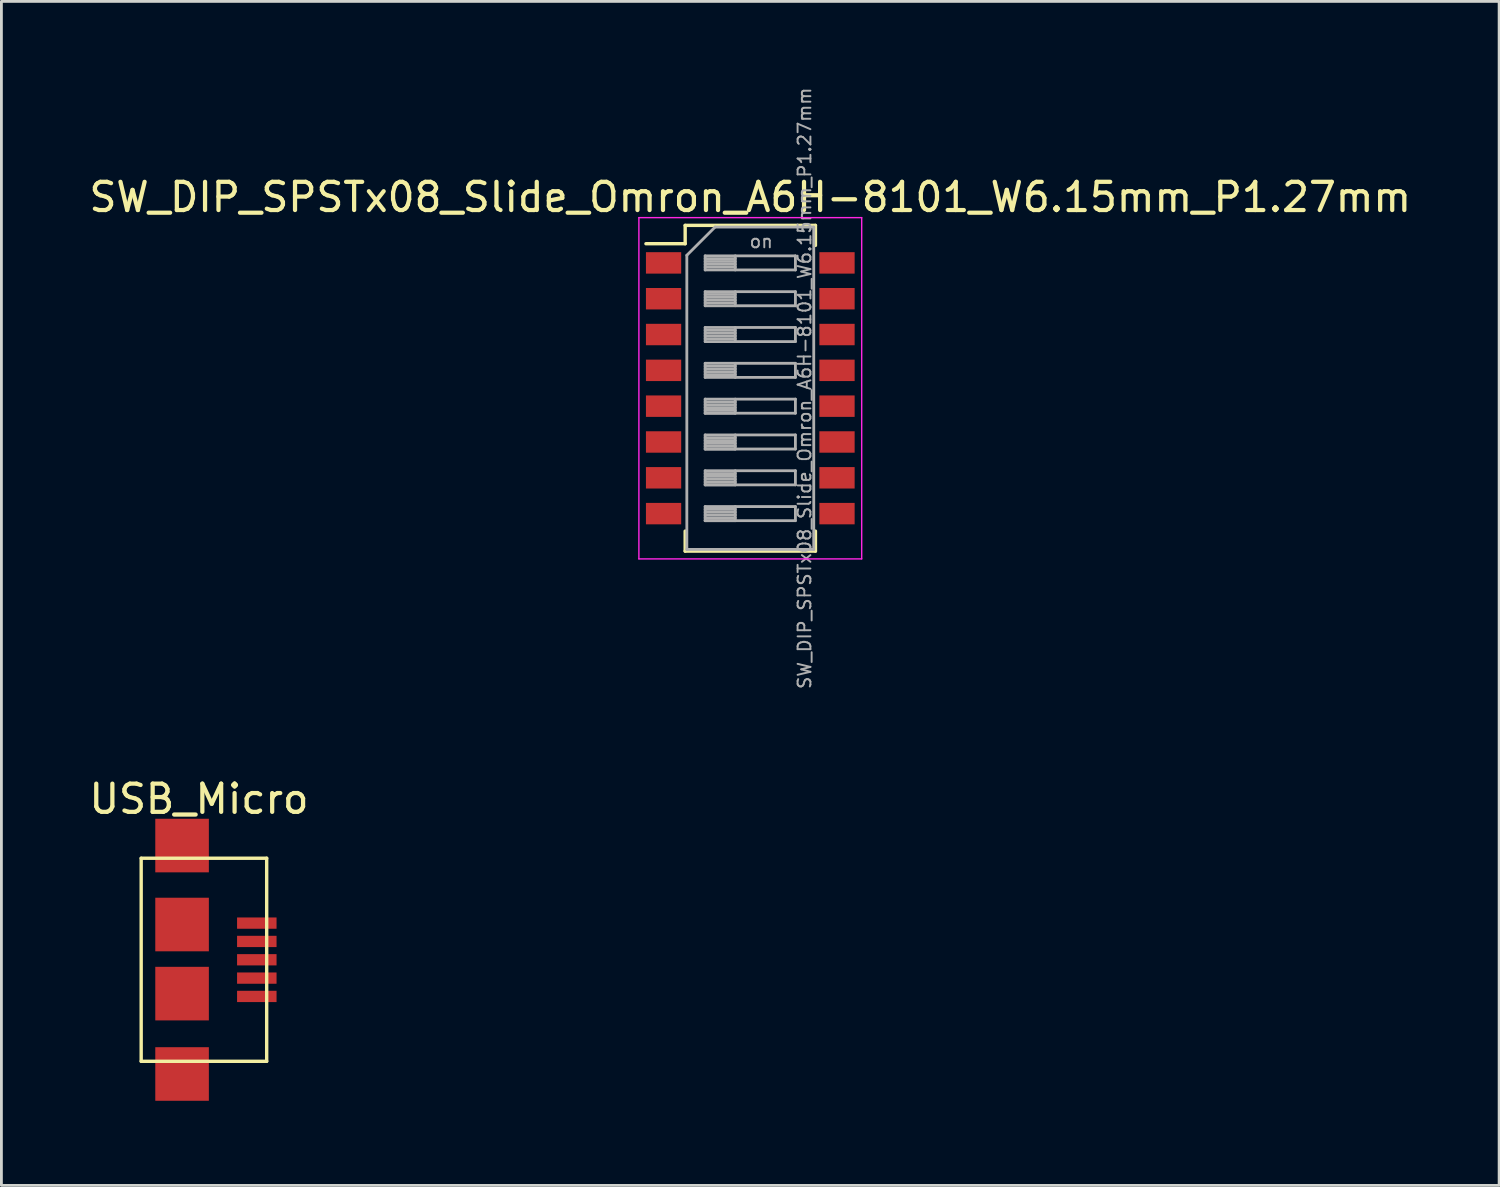
<source format=kicad_pcb>
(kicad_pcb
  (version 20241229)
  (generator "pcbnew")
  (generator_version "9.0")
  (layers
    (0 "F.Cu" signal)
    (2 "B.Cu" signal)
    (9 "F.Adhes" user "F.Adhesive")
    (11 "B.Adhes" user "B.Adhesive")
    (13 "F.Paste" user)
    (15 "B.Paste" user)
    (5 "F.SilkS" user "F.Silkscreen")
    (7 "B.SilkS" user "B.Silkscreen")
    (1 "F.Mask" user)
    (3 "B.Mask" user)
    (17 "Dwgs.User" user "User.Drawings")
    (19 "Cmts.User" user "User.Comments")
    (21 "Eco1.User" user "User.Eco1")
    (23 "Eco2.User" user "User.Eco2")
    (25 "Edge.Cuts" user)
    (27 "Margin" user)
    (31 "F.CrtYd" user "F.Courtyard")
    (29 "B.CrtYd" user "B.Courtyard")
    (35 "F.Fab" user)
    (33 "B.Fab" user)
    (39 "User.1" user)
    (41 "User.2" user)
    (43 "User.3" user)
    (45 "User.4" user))
  (footprint "SW_DIP_SPSTx08_Slide_Omron_A6H-8101_W6.15mm_P1.27mm"
    (layer "F.Cu")
    (at 23.554 10.717)
    (property "Reference" "SW_DIP_SPSTx08_Slide_Omron_A6H-8101_W6.15mm_P1.27mm" (at 0 -6.775 0) (layer "F.SilkS") (effects (font (size 1 1) (thickness 0.15))))
    (attr smd)
    (fp_line (start -3.7 -5.125) (end -2.309 -5.125) (stroke (width 0.12) (type solid)) (layer "F.SilkS"))
    (fp_line (start -2.309 -5.775) (end -2.309 -5.125) (stroke (width 0.12) (type solid)) (layer "F.SilkS"))
    (fp_line (start -2.309 -5.775) (end 2.31 -5.775) (stroke (width 0.12) (type solid)) (layer "F.SilkS"))
    (fp_line (start -2.309 5.065) (end -2.309 5.775) (stroke (width 0.12) (type solid)) (layer "F.SilkS"))
    (fp_line (start -2.309 5.775) (end 2.31 5.775) (stroke (width 0.12) (type solid)) (layer "F.SilkS"))
    (fp_line (start 2.31 -5.775) (end 2.31 -5.065) (stroke (width 0.12) (type solid)) (layer "F.SilkS"))
    (fp_line (start 2.31 5.065) (end 2.31 5.775) (stroke (width 0.12) (type solid)) (layer "F.SilkS"))
    (fp_line (start -3.95 -6.05) (end -3.95 6.05) (stroke (width 0.05) (type solid)) (layer "F.CrtYd"))
    (fp_line (start -3.95 6.05) (end 3.95 6.05) (stroke (width 0.05) (type solid)) (layer "F.CrtYd"))
    (fp_line (start 3.95 -6.05) (end -3.95 -6.05) (stroke (width 0.05) (type solid)) (layer "F.CrtYd"))
    (fp_line (start 3.95 6.05) (end 3.95 -6.05) (stroke (width 0.05) (type solid)) (layer "F.CrtYd"))
    (fp_line (start -2.25 -4.715) (end -1.25 -5.715) (stroke (width 0.1) (type solid)) (layer "F.Fab"))
    (fp_line (start -2.25 5.715) (end -2.25 -4.715) (stroke (width 0.1) (type solid)) (layer "F.Fab"))
    (fp_line (start -1.6 -4.695) (end -1.6 -4.195) (stroke (width 0.1) (type solid)) (layer "F.Fab"))
    (fp_line (start -1.6 -4.595) (end -0.533 -4.595) (stroke (width 0.1) (type solid)) (layer "F.Fab"))
    (fp_line (start -1.6 -4.495) (end -0.533 -4.495) (stroke (width 0.1) (type solid)) (layer "F.Fab"))
    (fp_line (start -1.6 -4.395) (end -0.533 -4.395) (stroke (width 0.1) (type solid)) (layer "F.Fab"))
    (fp_line (start -1.6 -4.295) (end -0.533 -4.295) (stroke (width 0.1) (type solid)) (layer "F.Fab"))
    (fp_line (start -1.6 -4.195) (end 1.6 -4.195) (stroke (width 0.1) (type solid)) (layer "F.Fab"))
    (fp_line (start -1.6 -3.425) (end -1.6 -2.925) (stroke (width 0.1) (type solid)) (layer "F.Fab"))
    (fp_line (start -1.6 -3.325) (end -0.533 -3.325) (stroke (width 0.1) (type solid)) (layer "F.Fab"))
    (fp_line (start -1.6 -3.225) (end -0.533 -3.225) (stroke (width 0.1) (type solid)) (layer "F.Fab"))
    (fp_line (start -1.6 -3.125) (end -0.533 -3.125) (stroke (width 0.1) (type solid)) (layer "F.Fab"))
    (fp_line (start -1.6 -3.025) (end -0.533 -3.025) (stroke (width 0.1) (type solid)) (layer "F.Fab"))
    (fp_line (start -1.6 -2.925) (end 1.6 -2.925) (stroke (width 0.1) (type solid)) (layer "F.Fab"))
    (fp_line (start -1.6 -2.155) (end -1.6 -1.655) (stroke (width 0.1) (type solid)) (layer "F.Fab"))
    (fp_line (start -1.6 -2.055) (end -0.533 -2.055) (stroke (width 0.1) (type solid)) (layer "F.Fab"))
    (fp_line (start -1.6 -1.955) (end -0.533 -1.955) (stroke (width 0.1) (type solid)) (layer "F.Fab"))
    (fp_line (start -1.6 -1.855) (end -0.533 -1.855) (stroke (width 0.1) (type solid)) (layer "F.Fab"))
    (fp_line (start -1.6 -1.755) (end -0.533 -1.755) (stroke (width 0.1) (type solid)) (layer "F.Fab"))
    (fp_line (start -1.6 -1.655) (end 1.6 -1.655) (stroke (width 0.1) (type solid)) (layer "F.Fab"))
    (fp_line (start -1.6 -0.885) (end -1.6 -0.385) (stroke (width 0.1) (type solid)) (layer "F.Fab"))
    (fp_line (start -1.6 -0.785) (end -0.533 -0.785) (stroke (width 0.1) (type solid)) (layer "F.Fab"))
    (fp_line (start -1.6 -0.685) (end -0.533 -0.685) (stroke (width 0.1) (type solid)) (layer "F.Fab"))
    (fp_line (start -1.6 -0.585) (end -0.533 -0.585) (stroke (width 0.1) (type solid)) (layer "F.Fab"))
    (fp_line (start -1.6 -0.485) (end -0.533 -0.485) (stroke (width 0.1) (type solid)) (layer "F.Fab"))
    (fp_line (start -1.6 -0.385) (end 1.6 -0.385) (stroke (width 0.1) (type solid)) (layer "F.Fab"))
    (fp_line (start -1.6 0.385) (end -1.6 0.885) (stroke (width 0.1) (type solid)) (layer "F.Fab"))
    (fp_line (start -1.6 0.485) (end -0.533 0.485) (stroke (width 0.1) (type solid)) (layer "F.Fab"))
    (fp_line (start -1.6 0.585) (end -0.533 0.585) (stroke (width 0.1) (type solid)) (layer "F.Fab"))
    (fp_line (start -1.6 0.685) (end -0.533 0.685) (stroke (width 0.1) (type solid)) (layer "F.Fab"))
    (fp_line (start -1.6 0.785) (end -0.533 0.785) (stroke (width 0.1) (type solid)) (layer "F.Fab"))
    (fp_line (start -1.6 0.885) (end -0.533 0.885) (stroke (width 0.1) (type solid)) (layer "F.Fab"))
    (fp_line (start -1.6 0.885) (end 1.6 0.885) (stroke (width 0.1) (type solid)) (layer "F.Fab"))
    (fp_line (start -1.6 1.655) (end -1.6 2.155) (stroke (width 0.1) (type solid)) (layer "F.Fab"))
    (fp_line (start -1.6 1.755) (end -0.533 1.755) (stroke (width 0.1) (type solid)) (layer "F.Fab"))
    (fp_line (start -1.6 1.855) (end -0.533 1.855) (stroke (width 0.1) (type solid)) (layer "F.Fab"))
    (fp_line (start -1.6 1.955) (end -0.533 1.955) (stroke (width 0.1) (type solid)) (layer "F.Fab"))
    (fp_line (start -1.6 2.055) (end -0.533 2.055) (stroke (width 0.1) (type solid)) (layer "F.Fab"))
    (fp_line (start -1.6 2.155) (end -0.533 2.155) (stroke (width 0.1) (type solid)) (layer "F.Fab"))
    (fp_line (start -1.6 2.155) (end 1.6 2.155) (stroke (width 0.1) (type solid)) (layer "F.Fab"))
    (fp_line (start -1.6 2.925) (end -1.6 3.425) (stroke (width 0.1) (type solid)) (layer "F.Fab"))
    (fp_line (start -1.6 3.025) (end -0.533 3.025) (stroke (width 0.1) (type solid)) (layer "F.Fab"))
    (fp_line (start -1.6 3.125) (end -0.533 3.125) (stroke (width 0.1) (type solid)) (layer "F.Fab"))
    (fp_line (start -1.6 3.225) (end -0.533 3.225) (stroke (width 0.1) (type solid)) (layer "F.Fab"))
    (fp_line (start -1.6 3.325) (end -0.533 3.325) (stroke (width 0.1) (type solid)) (layer "F.Fab"))
    (fp_line (start -1.6 3.425) (end -0.533 3.425) (stroke (width 0.1) (type solid)) (layer "F.Fab"))
    (fp_line (start -1.6 3.425) (end 1.6 3.425) (stroke (width 0.1) (type solid)) (layer "F.Fab"))
    (fp_line (start -1.6 4.195) (end -1.6 4.695) (stroke (width 0.1) (type solid)) (layer "F.Fab"))
    (fp_line (start -1.6 4.295) (end -0.533 4.295) (stroke (width 0.1) (type solid)) (layer "F.Fab"))
    (fp_line (start -1.6 4.395) (end -0.533 4.395) (stroke (width 0.1) (type solid)) (layer "F.Fab"))
    (fp_line (start -1.6 4.495) (end -0.533 4.495) (stroke (width 0.1) (type solid)) (layer "F.Fab"))
    (fp_line (start -1.6 4.595) (end -0.533 4.595) (stroke (width 0.1) (type solid)) (layer "F.Fab"))
    (fp_line (start -1.6 4.695) (end -0.533 4.695) (stroke (width 0.1) (type solid)) (layer "F.Fab"))
    (fp_line (start -1.6 4.695) (end 1.6 4.695) (stroke (width 0.1) (type solid)) (layer "F.Fab"))
    (fp_line (start -1.25 -5.715) (end 2.25 -5.715) (stroke (width 0.1) (type solid)) (layer "F.Fab"))
    (fp_line (start -0.533 -4.695) (end -0.533 -4.195) (stroke (width 0.1) (type solid)) (layer "F.Fab"))
    (fp_line (start -0.533 -3.425) (end -0.533 -2.925) (stroke (width 0.1) (type solid)) (layer "F.Fab"))
    (fp_line (start -0.533 -2.155) (end -0.533 -1.655) (stroke (width 0.1) (type solid)) (layer "F.Fab"))
    (fp_line (start -0.533 -0.885) (end -0.533 -0.385) (stroke (width 0.1) (type solid)) (layer "F.Fab"))
    (fp_line (start -0.533 0.385) (end -0.533 0.885) (stroke (width 0.1) (type solid)) (layer "F.Fab"))
    (fp_line (start -0.533 1.655) (end -0.533 2.155) (stroke (width 0.1) (type solid)) (layer "F.Fab"))
    (fp_line (start -0.533 2.925) (end -0.533 3.425) (stroke (width 0.1) (type solid)) (layer "F.Fab"))
    (fp_line (start -0.533 4.195) (end -0.533 4.695) (stroke (width 0.1) (type solid)) (layer "F.Fab"))
    (fp_line (start 1.6 -4.695) (end -1.6 -4.695) (stroke (width 0.1) (type solid)) (layer "F.Fab"))
    (fp_line (start 1.6 -4.195) (end 1.6 -4.695) (stroke (width 0.1) (type solid)) (layer "F.Fab"))
    (fp_line (start 1.6 -3.425) (end -1.6 -3.425) (stroke (width 0.1) (type solid)) (layer "F.Fab"))
    (fp_line (start 1.6 -2.925) (end 1.6 -3.425) (stroke (width 0.1) (type solid)) (layer "F.Fab"))
    (fp_line (start 1.6 -2.155) (end -1.6 -2.155) (stroke (width 0.1) (type solid)) (layer "F.Fab"))
    (fp_line (start 1.6 -1.655) (end 1.6 -2.155) (stroke (width 0.1) (type solid)) (layer "F.Fab"))
    (fp_line (start 1.6 -0.885) (end -1.6 -0.885) (stroke (width 0.1) (type solid)) (layer "F.Fab"))
    (fp_line (start 1.6 -0.385) (end 1.6 -0.885) (stroke (width 0.1) (type solid)) (layer "F.Fab"))
    (fp_line (start 1.6 0.385) (end -1.6 0.385) (stroke (width 0.1) (type solid)) (layer "F.Fab"))
    (fp_line (start 1.6 0.885) (end 1.6 0.385) (stroke (width 0.1) (type solid)) (layer "F.Fab"))
    (fp_line (start 1.6 1.655) (end -1.6 1.655) (stroke (width 0.1) (type solid)) (layer "F.Fab"))
    (fp_line (start 1.6 2.155) (end 1.6 1.655) (stroke (width 0.1) (type solid)) (layer "F.Fab"))
    (fp_line (start 1.6 2.925) (end -1.6 2.925) (stroke (width 0.1) (type solid)) (layer "F.Fab"))
    (fp_line (start 1.6 3.425) (end 1.6 2.925) (stroke (width 0.1) (type solid)) (layer "F.Fab"))
    (fp_line (start 1.6 4.195) (end -1.6 4.195) (stroke (width 0.1) (type solid)) (layer "F.Fab"))
    (fp_line (start 1.6 4.695) (end 1.6 4.195) (stroke (width 0.1) (type solid)) (layer "F.Fab"))
    (fp_line (start 2.25 -5.715) (end 2.25 5.715) (stroke (width 0.1) (type solid)) (layer "F.Fab"))
    (fp_line (start 2.25 5.715) (end -2.25 5.715) (stroke (width 0.1) (type solid)) (layer "F.Fab"))
    (fp_text user "${REFERENCE}" (at 1.925 0 90) (layer "F.Fab") (effects (font (size 0.455 0.455) (thickness 0.068))))
    (fp_text user "on" (at 0.388 -5.205 0) (layer "F.Fab") (effects (font (size 0.455 0.455) (thickness 0.068))))
    (pad "1" smd rect (at -3.075 4.445) (size 1.25 0.76) (layers "F.Cu" "F.Mask" "F.Paste"))
    (pad "2" smd rect (at -3.075 3.175) (size 1.25 0.76) (layers "F.Cu" "F.Mask" "F.Paste"))
    (pad "3" smd rect (at -3.075 1.905) (size 1.25 0.76) (layers "F.Cu" "F.Mask" "F.Paste"))
    (pad "4" smd rect (at -3.075 0.635) (size 1.25 0.76) (layers "F.Cu" "F.Mask" "F.Paste"))
    (pad "5" smd rect (at -3.075 -0.635) (size 1.25 0.76) (layers "F.Cu" "F.Mask" "F.Paste"))
    (pad "6" smd rect (at -3.075 -1.905) (size 1.25 0.76) (layers "F.Cu" "F.Mask" "F.Paste"))
    (pad "7" smd rect (at -3.075 -3.175) (size 1.25 0.76) (layers "F.Cu" "F.Mask" "F.Paste"))
    (pad "8" smd rect (at -3.075 -4.445) (size 1.25 0.76) (layers "F.Cu" "F.Mask" "F.Paste"))
    (pad "9" smd rect (at 3.075 4.445) (size 1.25 0.76) (layers "F.Cu" "F.Mask" "F.Paste"))
    (pad "10" smd rect (at 3.075 3.175) (size 1.25 0.76) (layers "F.Cu" "F.Mask" "F.Paste"))
    (pad "11" smd rect (at 3.075 1.905) (size 1.25 0.76) (layers "F.Cu" "F.Mask" "F.Paste"))
    (pad "12" smd rect (at 3.075 0.635) (size 1.25 0.76) (layers "F.Cu" "F.Mask" "F.Paste"))
    (pad "13" smd rect (at 3.075 -0.635) (size 1.25 0.76) (layers "F.Cu" "F.Mask" "F.Paste"))
    (pad "14" smd rect (at 3.075 -1.905) (size 1.25 0.76) (layers "F.Cu" "F.Mask" "F.Paste"))
    (pad "15" smd rect (at 3.075 -3.175) (size 1.25 0.76) (layers "F.Cu" "F.Mask" "F.Paste"))
    (pad "16" smd rect (at 3.075 -4.445) (size 1.25 0.76) (layers "F.Cu" "F.Mask" "F.Paste")))
  (footprint "USB_Micro"
    (layer "F.Cu")
    (at 4.756 26.632)
    (property "Reference" "USB_Micro" (at -0.75 -1.35 0) (layer "F.SilkS") (effects (font (size 1 1) (thickness 0.15))))
    (attr through_hole)
    (fp_line (start -2.8 0.75) (end 1.65 0.75) (stroke (width 0.12) (type solid)) (layer "F.SilkS"))
    (fp_line (start -2.8 7.95) (end -2.8 0.75) (stroke (width 0.12) (type solid)) (layer "F.SilkS"))
    (fp_line (start 1.65 0.75) (end 1.65 7.95) (stroke (width 0.12) (type solid)) (layer "F.SilkS"))
    (fp_line (start 1.65 7.95) (end -2.8 7.95) (stroke (width 0.12) (type solid)) (layer "F.SilkS"))
    (pad "" smd rect (at -1.35 0.3) (size 1.9 1.9) (layers "F.Cu" "F.Mask" "F.Paste"))
    (pad "" smd rect (at -1.35 3.1) (size 1.9 1.9) (layers "F.Cu" "F.Mask" "F.Paste"))
    (pad "" smd rect (at -1.35 5.55) (size 1.9 1.9) (layers "F.Cu" "F.Mask" "F.Paste"))
    (pad "" smd rect (at -1.35 8.4) (size 1.9 1.9) (layers "F.Cu" "F.Mask" "F.Paste"))
    (pad "1" smd rect (at 1.3 3.05 90) (size 0.4 1.4) (layers "F.Cu" "F.Mask" "F.Paste"))
    (pad "2" smd rect (at 1.3 3.7 90) (size 0.4 1.4) (layers "F.Cu" "F.Mask" "F.Paste"))
    (pad "3" smd rect (at 1.3 4.35 90) (size 0.4 1.4) (layers "F.Cu" "F.Mask" "F.Paste"))
    (pad "4" smd rect (at 1.3 5 90) (size 0.4 1.4) (layers "F.Cu" "F.Mask" "F.Paste"))
    (pad "5" smd rect (at 1.3 5.65 90) (size 0.4 1.4) (layers "F.Cu" "F.Mask" "F.Paste")))
  (gr_rect
    (start -3 -3)
    (end 50.107 38.982)
    (stroke (width 0.1) (type default))
    (fill no)
    (layer "Edge.Cuts")))
</source>
